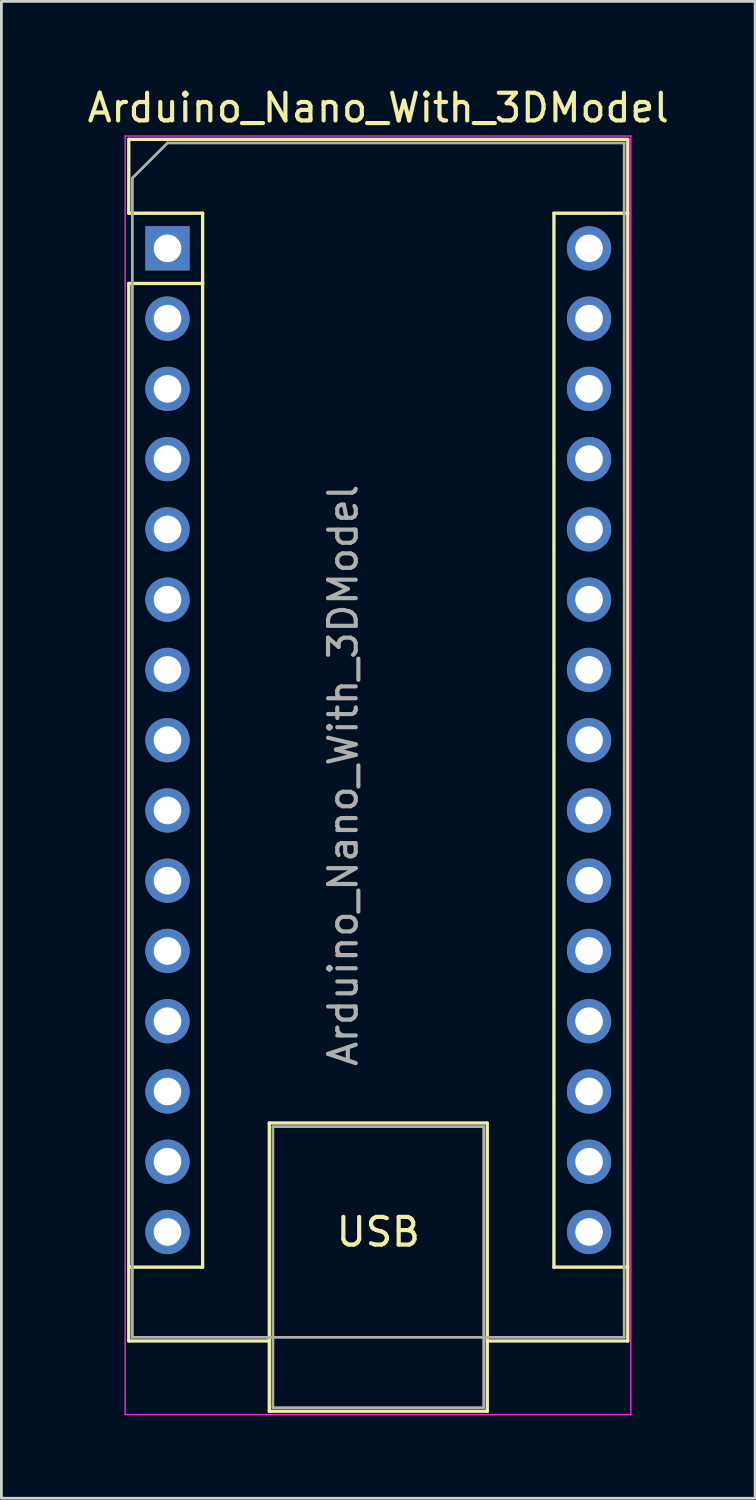
<source format=kicad_pcb>
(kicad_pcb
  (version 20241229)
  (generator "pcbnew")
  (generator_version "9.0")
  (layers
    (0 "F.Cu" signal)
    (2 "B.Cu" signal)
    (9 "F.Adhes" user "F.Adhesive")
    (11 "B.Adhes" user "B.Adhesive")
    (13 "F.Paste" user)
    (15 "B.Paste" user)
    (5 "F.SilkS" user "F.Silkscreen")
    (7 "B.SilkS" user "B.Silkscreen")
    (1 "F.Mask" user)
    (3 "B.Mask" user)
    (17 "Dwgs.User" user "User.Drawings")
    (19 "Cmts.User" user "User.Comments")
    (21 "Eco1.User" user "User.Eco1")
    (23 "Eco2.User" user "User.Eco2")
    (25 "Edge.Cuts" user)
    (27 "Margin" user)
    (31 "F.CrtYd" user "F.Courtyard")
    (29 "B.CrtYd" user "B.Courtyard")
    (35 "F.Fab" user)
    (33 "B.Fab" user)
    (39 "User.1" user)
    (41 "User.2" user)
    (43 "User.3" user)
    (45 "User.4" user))
  (footprint "Arduino_Nano_With_3DModel"
    (layer "F.Cu")
    (at 3.005 5.928)
    (property "Reference" "Arduino_Nano_With_3DModel" (at 7.62 -5.08 0) (layer "F.SilkS") (effects (font (size 1 1) (thickness 0.15))))
    (attr through_hole)
    (fp_line (start -1.4 -3.94) (end -1.4 -1.27) (stroke (width 0.12) (type solid)) (layer "F.SilkS"))
    (fp_line (start -1.4 1.27) (end -1.4 39.5) (stroke (width 0.12) (type solid)) (layer "F.SilkS"))
    (fp_line (start -1.4 39.5) (end 3.68 39.5) (stroke (width 0.12) (type solid)) (layer "F.SilkS"))
    (fp_line (start 1.27 -1.27) (end -1.4 -1.27) (stroke (width 0.12) (type solid)) (layer "F.SilkS"))
    (fp_line (start 1.27 1.27) (end -1.4 1.27) (stroke (width 0.12) (type solid)) (layer "F.SilkS"))
    (fp_line (start 1.27 1.27) (end 1.27 -1.27) (stroke (width 0.12) (type solid)) (layer "F.SilkS"))
    (fp_line (start 1.27 1.27) (end 1.27 36.83) (stroke (width 0.12) (type solid)) (layer "F.SilkS"))
    (fp_line (start 1.27 36.83) (end -1.4 36.83) (stroke (width 0.12) (type solid)) (layer "F.SilkS"))
    (fp_line (start 3.68 31.62) (end 11.56 31.62) (stroke (width 0.12) (type solid)) (layer "F.SilkS"))
    (fp_line (start 3.68 42.04) (end 3.68 31.62) (stroke (width 0.12) (type solid)) (layer "F.SilkS"))
    (fp_line (start 11.56 31.62) (end 11.56 42.04) (stroke (width 0.12) (type solid)) (layer "F.SilkS"))
    (fp_line (start 11.56 42.04) (end 3.68 42.04) (stroke (width 0.12) (type solid)) (layer "F.SilkS"))
    (fp_line (start 13.97 -1.27) (end 13.97 36.83) (stroke (width 0.12) (type solid)) (layer "F.SilkS"))
    (fp_line (start 13.97 -1.27) (end 16.64 -1.27) (stroke (width 0.12) (type solid)) (layer "F.SilkS"))
    (fp_line (start 13.97 36.83) (end 16.64 36.83) (stroke (width 0.12) (type solid)) (layer "F.SilkS"))
    (fp_line (start 16.64 -3.94) (end -1.4 -3.94) (stroke (width 0.12) (type solid)) (layer "F.SilkS"))
    (fp_line (start 16.64 39.5) (end 11.56 39.5) (stroke (width 0.12) (type solid)) (layer "F.SilkS"))
    (fp_line (start 16.64 39.5) (end 16.64 -3.94) (stroke (width 0.12) (type solid)) (layer "F.SilkS"))
    (fp_line (start -1.53 -4.06) (end -1.53 42.16) (stroke (width 0.05) (type solid)) (layer "F.CrtYd"))
    (fp_line (start -1.53 -4.06) (end 16.75 -4.06) (stroke (width 0.05) (type solid)) (layer "F.CrtYd"))
    (fp_line (start 16.75 42.16) (end -1.53 42.16) (stroke (width 0.05) (type solid)) (layer "F.CrtYd"))
    (fp_line (start 16.75 42.16) (end 16.75 -4.06) (stroke (width 0.05) (type solid)) (layer "F.CrtYd"))
    (fp_line (start -1.27 -2.54) (end 0 -3.81) (stroke (width 0.1) (type solid)) (layer "F.Fab"))
    (fp_line (start -1.27 39.37) (end -1.27 -2.54) (stroke (width 0.1) (type solid)) (layer "F.Fab"))
    (fp_line (start 0 -3.81) (end 16.51 -3.81) (stroke (width 0.1) (type solid)) (layer "F.Fab"))
    (fp_line (start 3.81 31.75) (end 11.43 31.75) (stroke (width 0.1) (type solid)) (layer "F.Fab"))
    (fp_line (start 3.81 41.91) (end 3.81 31.75) (stroke (width 0.1) (type solid)) (layer "F.Fab"))
    (fp_line (start 11.43 31.75) (end 11.43 41.91) (stroke (width 0.1) (type solid)) (layer "F.Fab"))
    (fp_line (start 11.43 41.91) (end 3.81 41.91) (stroke (width 0.1) (type solid)) (layer "F.Fab"))
    (fp_line (start 16.51 -3.81) (end 16.51 39.37) (stroke (width 0.1) (type solid)) (layer "F.Fab"))
    (fp_line (start 16.51 39.37) (end -1.27 39.37) (stroke (width 0.1) (type solid)) (layer "F.Fab"))
    (fp_text user "USB" (at 7.62 35.56 0) (unlocked yes) (layer "F.SilkS") (effects (font (size 1 1) (thickness 0.15))))
    (fp_text user "${REFERENCE}" (at 6.35 19.05 90) (layer "F.Fab") (effects (font (size 1 1) (thickness 0.15))))
    (pad "1" thru_hole rect (at 0 0) (size 1.6 1.6) (drill 1) (layers "*.Cu" "*.Mask"))
    (pad "2" thru_hole oval (at 0 2.54) (size 1.6 1.6) (drill 1) (layers "*.Cu" "*.Mask"))
    (pad "3" thru_hole oval (at 0 5.08) (size 1.6 1.6) (drill 1) (layers "*.Cu" "*.Mask"))
    (pad "4" thru_hole oval (at 0 7.62) (size 1.6 1.6) (drill 1) (layers "*.Cu" "*.Mask"))
    (pad "5" thru_hole oval (at 0 10.16) (size 1.6 1.6) (drill 1) (layers "*.Cu" "*.Mask"))
    (pad "6" thru_hole oval (at 0 12.7) (size 1.6 1.6) (drill 1) (layers "*.Cu" "*.Mask"))
    (pad "7" thru_hole oval (at 0 15.24) (size 1.6 1.6) (drill 1) (layers "*.Cu" "*.Mask"))
    (pad "8" thru_hole oval (at 0 17.78) (size 1.6 1.6) (drill 1) (layers "*.Cu" "*.Mask"))
    (pad "9" thru_hole oval (at 0 20.32) (size 1.6 1.6) (drill 1) (layers "*.Cu" "*.Mask"))
    (pad "10" thru_hole oval (at 0 22.86) (size 1.6 1.6) (drill 1) (layers "*.Cu" "*.Mask"))
    (pad "11" thru_hole oval (at 0 25.4) (size 1.6 1.6) (drill 1) (layers "*.Cu" "*.Mask"))
    (pad "12" thru_hole oval (at 0 27.94) (size 1.6 1.6) (drill 1) (layers "*.Cu" "*.Mask"))
    (pad "13" thru_hole oval (at 0 30.48) (size 1.6 1.6) (drill 1) (layers "*.Cu" "*.Mask"))
    (pad "14" thru_hole oval (at 0 33.02) (size 1.6 1.6) (drill 1) (layers "*.Cu" "*.Mask"))
    (pad "15" thru_hole oval (at 0 35.56) (size 1.6 1.6) (drill 1) (layers "*.Cu" "*.Mask"))
    (pad "16" thru_hole oval (at 15.24 35.56) (size 1.6 1.6) (drill 1) (layers "*.Cu" "*.Mask"))
    (pad "17" thru_hole oval (at 15.24 33.02) (size 1.6 1.6) (drill 1) (layers "*.Cu" "*.Mask"))
    (pad "18" thru_hole oval (at 15.24 30.48) (size 1.6 1.6) (drill 1) (layers "*.Cu" "*.Mask"))
    (pad "19" thru_hole oval (at 15.24 27.94) (size 1.6 1.6) (drill 1) (layers "*.Cu" "*.Mask"))
    (pad "20" thru_hole oval (at 15.24 25.4) (size 1.6 1.6) (drill 1) (layers "*.Cu" "*.Mask"))
    (pad "21" thru_hole oval (at 15.24 22.86) (size 1.6 1.6) (drill 1) (layers "*.Cu" "*.Mask"))
    (pad "22" thru_hole oval (at 15.24 20.32) (size 1.6 1.6) (drill 1) (layers "*.Cu" "*.Mask"))
    (pad "23" thru_hole oval (at 15.24 17.78) (size 1.6 1.6) (drill 1) (layers "*.Cu" "*.Mask"))
    (pad "24" thru_hole oval (at 15.24 15.24) (size 1.6 1.6) (drill 1) (layers "*.Cu" "*.Mask"))
    (pad "25" thru_hole oval (at 15.24 12.7) (size 1.6 1.6) (drill 1) (layers "*.Cu" "*.Mask"))
    (pad "26" thru_hole oval (at 15.24 10.16) (size 1.6 1.6) (drill 1) (layers "*.Cu" "*.Mask"))
    (pad "27" thru_hole oval (at 15.24 7.62) (size 1.6 1.6) (drill 1) (layers "*.Cu" "*.Mask"))
    (pad "28" thru_hole oval (at 15.24 5.08) (size 1.6 1.6) (drill 1) (layers "*.Cu" "*.Mask"))
    (pad "29" thru_hole oval (at 15.24 2.54) (size 1.6 1.6) (drill 1) (layers "*.Cu" "*.Mask"))
    (pad "30" thru_hole oval (at 15.24 0) (size 1.6 1.6) (drill 1) (layers "*.Cu" "*.Mask")))
  (gr_rect
    (start -3 -3)
    (end 24.25 51.113)
    (stroke (width 0.1) (type default))
    (fill no)
    (layer "Edge.Cuts")))
</source>
